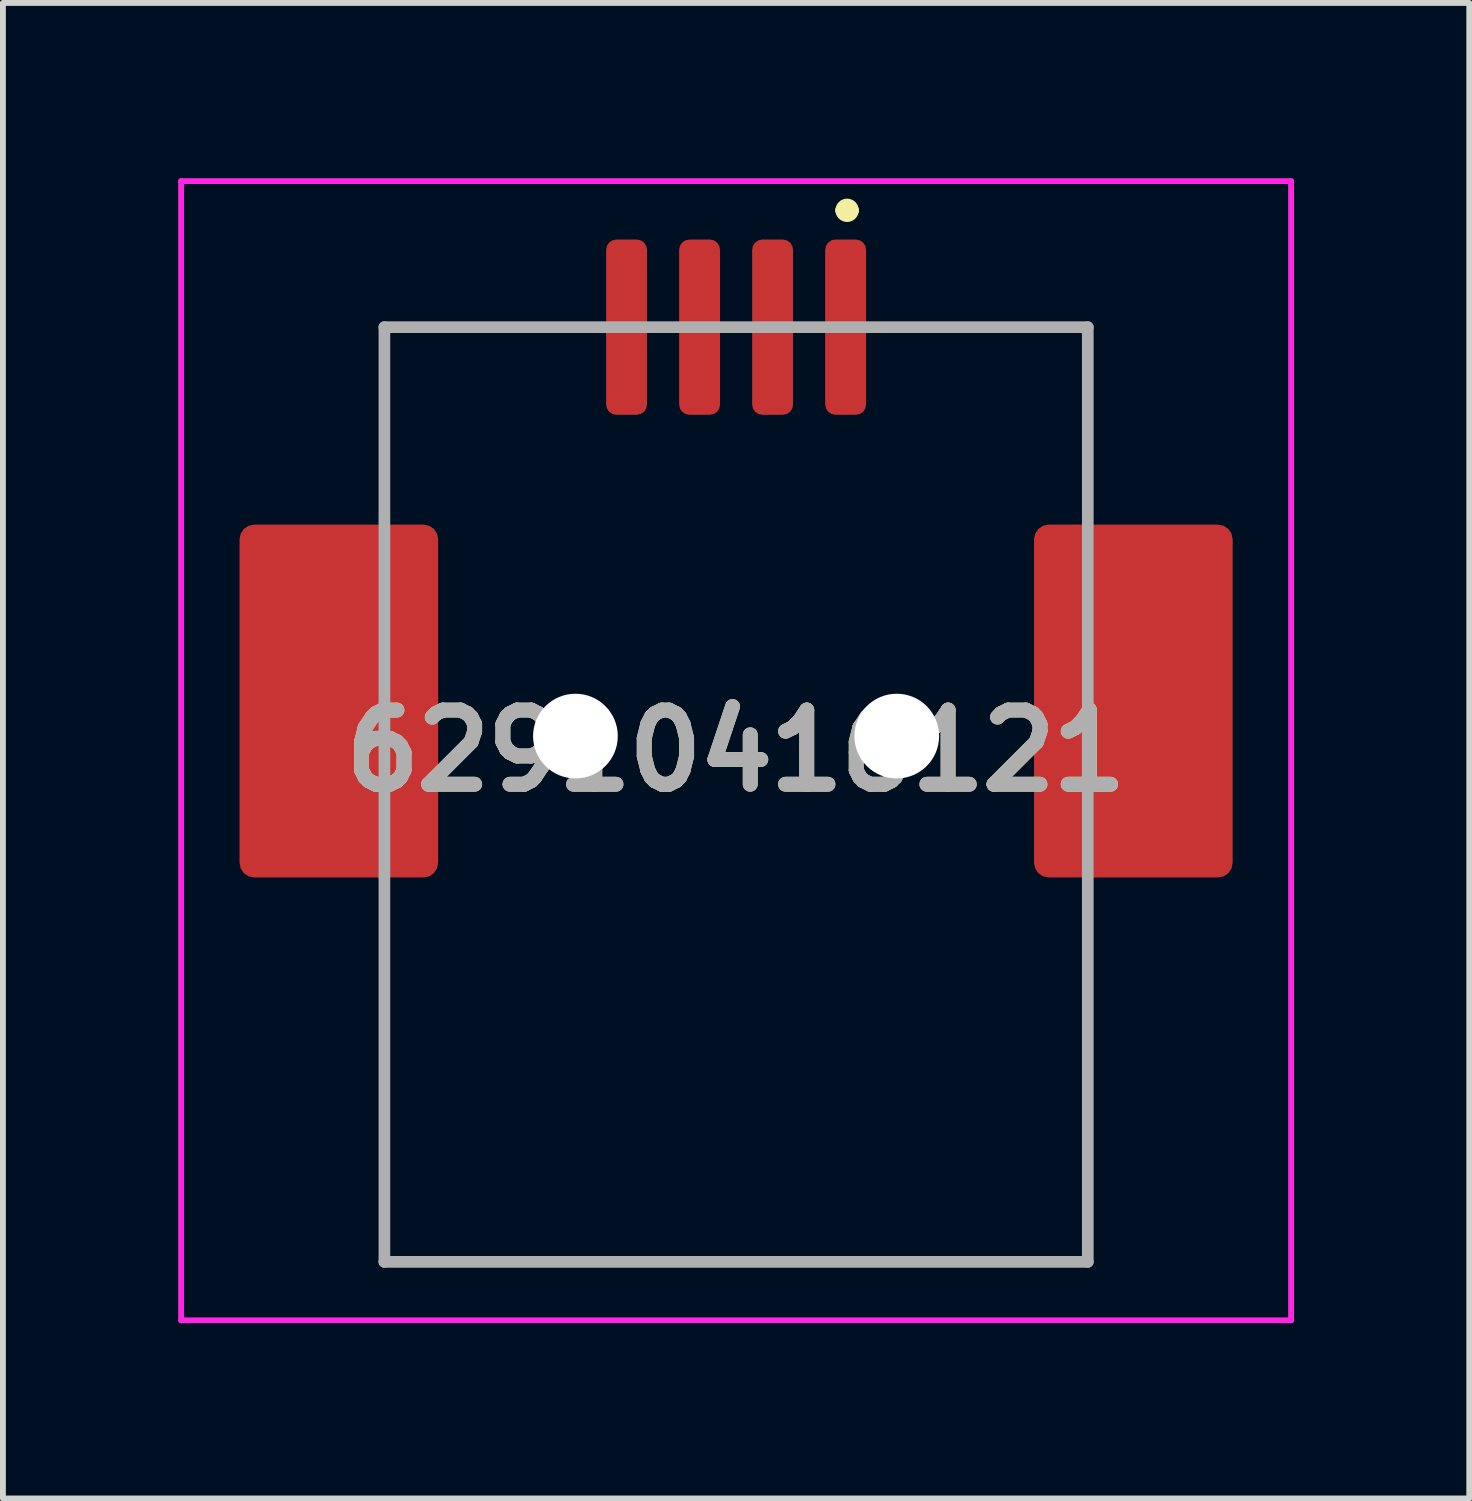
<source format=kicad_pcb>
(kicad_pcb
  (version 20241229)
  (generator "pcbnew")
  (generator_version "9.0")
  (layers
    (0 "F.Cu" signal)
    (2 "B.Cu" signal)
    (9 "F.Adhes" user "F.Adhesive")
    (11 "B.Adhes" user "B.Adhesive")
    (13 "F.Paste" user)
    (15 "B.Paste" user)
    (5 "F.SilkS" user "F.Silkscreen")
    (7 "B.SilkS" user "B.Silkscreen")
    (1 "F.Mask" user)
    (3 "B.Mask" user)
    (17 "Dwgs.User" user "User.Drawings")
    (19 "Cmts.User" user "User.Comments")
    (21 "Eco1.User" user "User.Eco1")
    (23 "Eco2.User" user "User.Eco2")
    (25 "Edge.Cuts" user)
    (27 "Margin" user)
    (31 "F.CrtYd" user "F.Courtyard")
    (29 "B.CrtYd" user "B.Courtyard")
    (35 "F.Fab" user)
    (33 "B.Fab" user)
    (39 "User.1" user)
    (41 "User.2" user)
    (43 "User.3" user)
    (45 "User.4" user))
  (footprint "62910416121"
    (layer "F.Cu")
    (at 9.55 18.55)
    (property "Reference" "62910416121" (at 0 -8.75 0) (layer "F.SilkS") (effects (font (size 1.27 1.27) (thickness 0.254))))
    (attr through_hole)
    (fp_line (start -6.02 -16) (end -2.5 -16) (stroke (width 0.1) (type solid)) (layer "F.SilkS"))
    (fp_line (start -6.02 -13) (end -6.02 -16) (stroke (width 0.1) (type solid)) (layer "F.SilkS"))
    (fp_line (start -6.02 -6) (end -6.02 0) (stroke (width 0.1) (type solid)) (layer "F.SilkS"))
    (fp_line (start -6.02 0) (end 6.02 0) (stroke (width 0.1) (type solid)) (layer "F.SilkS"))
    (fp_line (start 1.8 -18) (end 1.8 -18) (stroke (width 0.2) (type solid)) (layer "F.SilkS"))
    (fp_line (start 2 -18) (end 2 -18) (stroke (width 0.2) (type solid)) (layer "F.SilkS"))
    (fp_line (start 2.5 -16) (end 6 -16) (stroke (width 0.1) (type solid)) (layer "F.SilkS"))
    (fp_line (start 6 -16) (end 6.02 -13) (stroke (width 0.1) (type solid)) (layer "F.SilkS"))
    (fp_line (start 6.02 0) (end 6.02 -6) (stroke (width 0.1) (type solid)) (layer "F.SilkS"))
    (fp_arc (start 1.8 -18) (mid 1.9 -18.1) (end 2 -18) (stroke (width 0.2) (type solid)) (layer "F.SilkS"))
    (fp_arc (start 2 -18) (mid 1.9 -17.9) (end 1.8 -18) (stroke (width 0.2) (type solid)) (layer "F.SilkS"))
    (fp_line (start -9.5 -18.5) (end 9.5 -18.5) (stroke (width 0.1) (type solid)) (layer "F.CrtYd"))
    (fp_line (start -9.5 1) (end -9.5 -18.5) (stroke (width 0.1) (type solid)) (layer "F.CrtYd"))
    (fp_line (start 9.5 -18.5) (end 9.5 1) (stroke (width 0.1) (type solid)) (layer "F.CrtYd"))
    (fp_line (start 9.5 1) (end -9.5 1) (stroke (width 0.1) (type solid)) (layer "F.CrtYd"))
    (fp_line (start -6.02 -16) (end 6.02 -16) (stroke (width 0.2) (type solid)) (layer "F.Fab"))
    (fp_line (start -6.02 0) (end -6.02 -16) (stroke (width 0.2) (type solid)) (layer "F.Fab"))
    (fp_line (start 6.02 -16) (end 6.02 0) (stroke (width 0.2) (type solid)) (layer "F.Fab"))
    (fp_line (start 6.02 0) (end -6.02 0) (stroke (width 0.2) (type solid)) (layer "F.Fab"))
    (fp_text user "${REFERENCE}" (at 0 -8.75 0) (layer "F.Fab") (effects (font (size 1.27 1.27) (thickness 0.254))))
    (pad "" np_thru_hole circle (at -2.75 -9) (size 1.45 1.45) (drill 1.45) (layers "*.Cu" "*.Mask"))
    (pad "" np_thru_hole circle (at 2.75 -9) (size 1.45 1.45) (drill 1.45) (layers "*.Cu" "*.Mask"))
    (pad "1" smd roundrect (at 1.875 -16) (size 0.7 3) (layers "F.Cu" "F.Mask" "F.Paste") (roundrect_rratio 0.25))
    (pad "2" smd roundrect (at -0.625 -16) (size 0.7 3) (layers "F.Cu" "F.Mask" "F.Paste") (roundrect_rratio 0.25))
    (pad "3" smd roundrect (at -1.875 -16) (size 0.7 3) (layers "F.Cu" "F.Mask" "F.Paste") (roundrect_rratio 0.25))
    (pad "4" smd roundrect (at 0.625 -16) (size 0.7 3) (layers "F.Cu" "F.Mask" "F.Paste") (roundrect_rratio 0.25))
    (pad "5" smd roundrect (at -6.8 -9.6) (size 3.4 6.04) (layers "F.Cu" "F.Mask" "F.Paste") (roundrect_rratio 0.074))
    (pad "5" smd roundrect (at 6.8 -9.6) (size 3.4 6.04) (layers "F.Cu" "F.Mask" "F.Paste") (roundrect_rratio 0.074)))
  (gr_rect
    (start -3 -3)
    (end 22.1 22.6)
    (stroke (width 0.1) (type default))
    (fill no)
    (layer "Edge.Cuts")))
</source>
